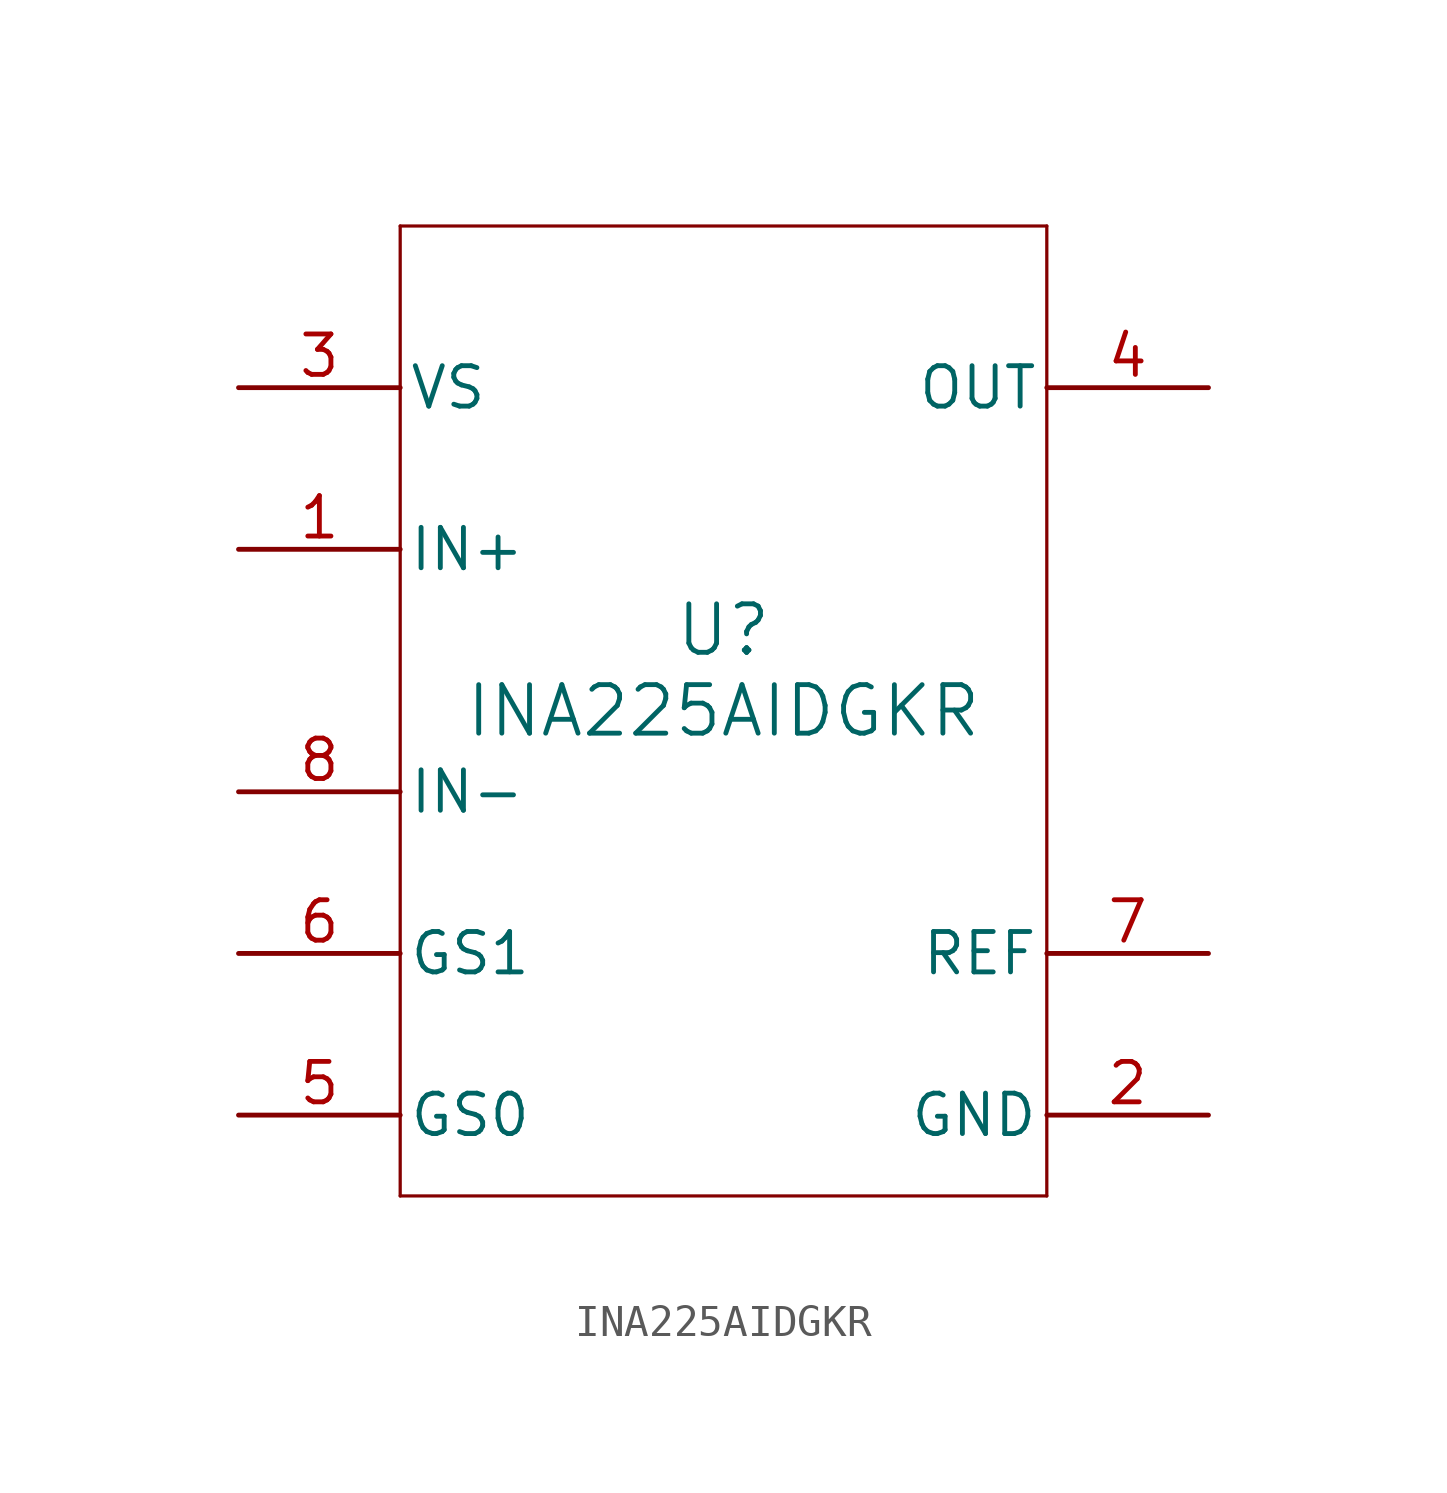
<source format=kicad_sym>
(kicad_symbol_lib
  (version 20211014)
  (generator kicad_symbol_editor)
  (symbol "INA225AIDGKR"
    (pin_names
      (offset 0.254))
    (property "Reference" "U"
      (at 0 2.54 0)
      (effects (font (size 1.524 1.524))))
    (property "Value" "INA225AIDGKR"
      (at 0 0 0)
      (effects (font (size 1.524 1.524))))
    (symbol "INA225AIDGKR_0_1"
      (polyline (pts (xy -10.16 -15.24) (xy 10.16 -15.24)) (stroke (width 0.102) (type default) (color 0 0 0 0)) (fill (type none)))
      (polyline (pts (xy 10.16 -15.24) (xy 10.16 15.24)) (stroke (width 0.102) (type default) (color 0 0 0 0)) (fill (type none)))
      (polyline (pts (xy 10.16 15.24) (xy -10.16 15.24)) (stroke (width 0.102) (type default) (color 0 0 0 0)) (fill (type none)))
      (polyline (pts (xy -10.16 15.24) (xy -10.16 -15.24)) (stroke (width 0.102) (type default) (color 0 0 0 0)) (fill (type none)))
      (pin input line (at -15.24 5.08 0) (length 5.08) (name "IN+" (effects (font (size 1.27 1.27)))) (number "1" (effects (font (size 1.27 1.27)))))
      (pin power_in line (at 15.24 -12.7 180) (length 5.08) (name "GND" (effects (font (size 1.27 1.27)))) (number "2" (effects (font (size 1.27 1.27)))))
      (pin power_in line (at -15.24 10.16 0) (length 5.08) (name "VS" (effects (font (size 1.27 1.27)))) (number "3" (effects (font (size 1.27 1.27)))))
      (pin power_in line (at 15.24 10.16 180) (length 5.08) (name "OUT" (effects (font (size 1.27 1.27)))) (number "4" (effects (font (size 1.27 1.27)))))
      (pin input line (at -15.24 -12.7 0) (length 5.08) (name "GS0" (effects (font (size 1.27 1.27)))) (number "5" (effects (font (size 1.27 1.27)))))
      (pin input line (at -15.24 -7.62 0) (length 5.08) (name "GS1" (effects (font (size 1.27 1.27)))) (number "6" (effects (font (size 1.27 1.27)))))
      (pin input line (at 15.24 -7.62 180) (length 5.08) (name "REF" (effects (font (size 1.27 1.27)))) (number "7" (effects (font (size 1.27 1.27)))))
      (pin input line (at -15.24 -2.54 0) (length 5.08) (name "IN-" (effects (font (size 1.27 1.27)))) (number "8" (effects (font (size 1.27 1.27))))))))
</source>
